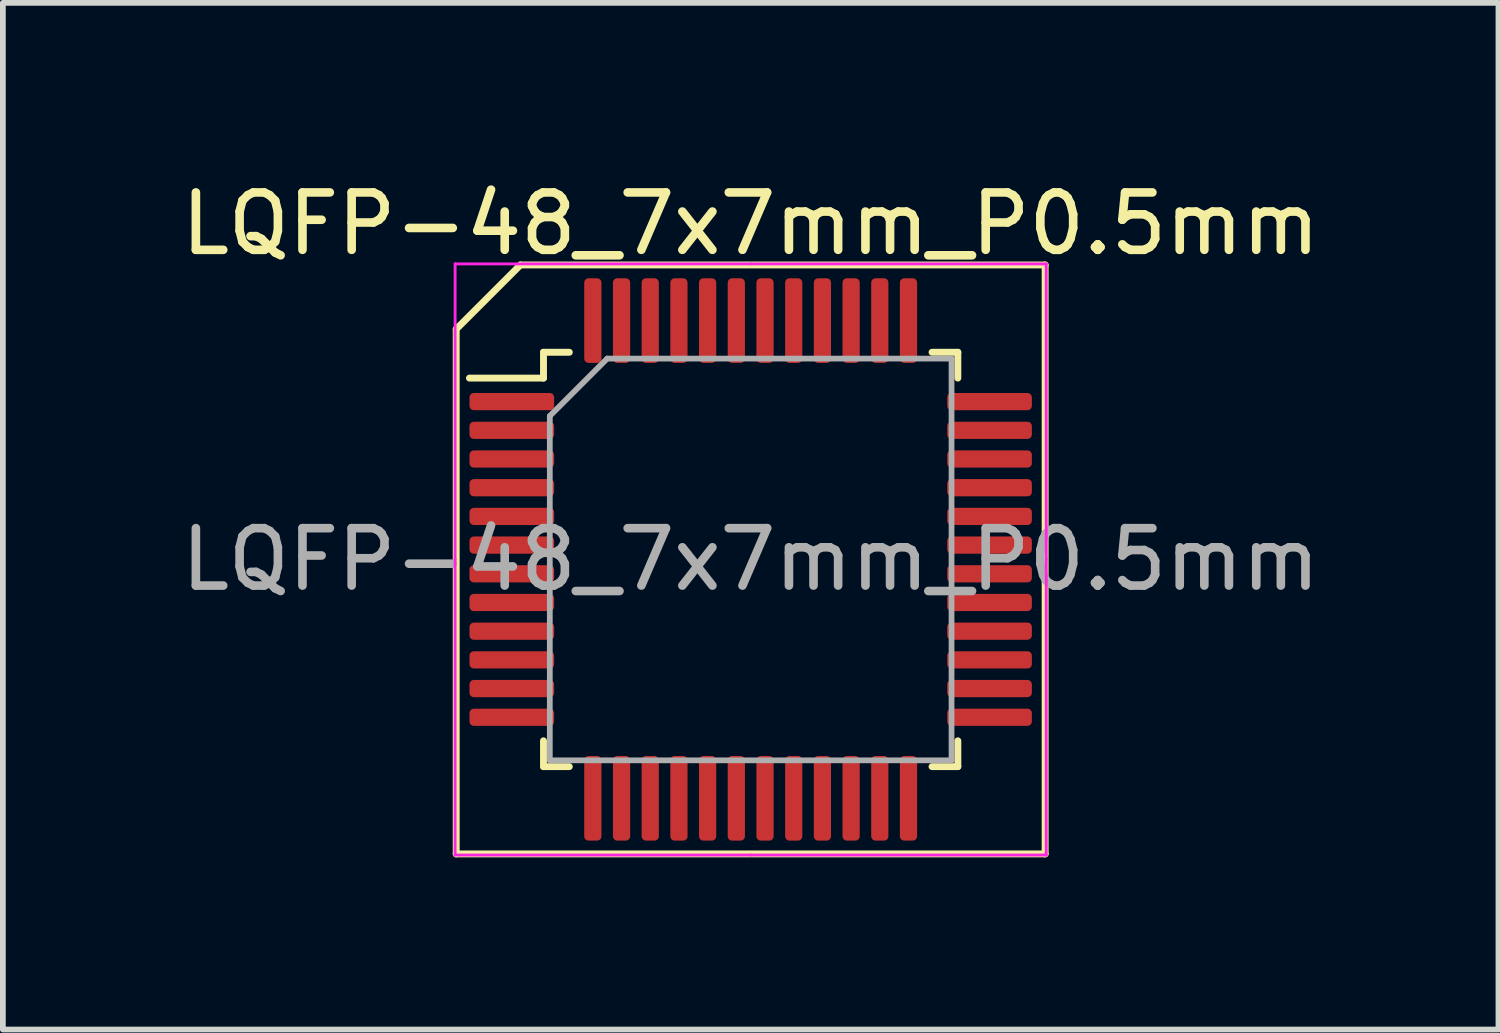
<source format=kicad_pcb>
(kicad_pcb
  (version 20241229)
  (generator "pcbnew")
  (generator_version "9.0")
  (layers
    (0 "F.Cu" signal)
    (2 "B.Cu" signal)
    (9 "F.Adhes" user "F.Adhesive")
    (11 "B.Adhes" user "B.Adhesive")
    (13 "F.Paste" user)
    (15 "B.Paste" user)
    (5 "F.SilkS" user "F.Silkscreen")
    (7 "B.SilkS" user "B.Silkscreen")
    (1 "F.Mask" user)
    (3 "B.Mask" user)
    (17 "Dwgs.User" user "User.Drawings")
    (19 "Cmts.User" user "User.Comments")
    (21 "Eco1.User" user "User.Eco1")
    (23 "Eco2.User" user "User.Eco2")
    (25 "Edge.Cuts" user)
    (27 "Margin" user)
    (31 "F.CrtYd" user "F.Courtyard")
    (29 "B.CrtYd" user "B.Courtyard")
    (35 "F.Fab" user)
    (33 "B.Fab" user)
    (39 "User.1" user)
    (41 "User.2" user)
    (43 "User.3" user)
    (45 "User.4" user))
  (footprint "LQFP-48_7x7mm_P0.5mm"
    (layer "F.Cu")
    (at 10.03 6.698)
    (property "Reference" "LQFP-48_7x7mm_P0.5mm" (at 0 -5.85 0) (layer "F.SilkS") (effects (font (size 1 1) (thickness 0.15))))
    (attr smd)
    (fp_line (start -5.131 -4.013) (end -4.013 -5.131) (stroke (width 0.12) (type solid)) (layer "F.SilkS"))
    (fp_line (start -5.131 5.131) (end -5.131 -4.013) (stroke (width 0.12) (type solid)) (layer "F.SilkS"))
    (fp_line (start -4.013 -5.131) (end 5.131 -5.131) (stroke (width 0.12) (type solid)) (layer "F.SilkS"))
    (fp_line (start -3.61 -3.61) (end -3.61 -3.16) (stroke (width 0.12) (type solid)) (layer "F.SilkS"))
    (fp_line (start -3.61 -3.16) (end -4.9 -3.16) (stroke (width 0.12) (type solid)) (layer "F.SilkS"))
    (fp_line (start -3.61 3.61) (end -3.61 3.16) (stroke (width 0.12) (type solid)) (layer "F.SilkS"))
    (fp_line (start -3.16 -3.61) (end -3.61 -3.61) (stroke (width 0.12) (type solid)) (layer "F.SilkS"))
    (fp_line (start -3.16 3.61) (end -3.61 3.61) (stroke (width 0.12) (type solid)) (layer "F.SilkS"))
    (fp_line (start 3.16 -3.61) (end 3.61 -3.61) (stroke (width 0.12) (type solid)) (layer "F.SilkS"))
    (fp_line (start 3.16 3.61) (end 3.61 3.61) (stroke (width 0.12) (type solid)) (layer "F.SilkS"))
    (fp_line (start 3.61 -3.61) (end 3.61 -3.16) (stroke (width 0.12) (type solid)) (layer "F.SilkS"))
    (fp_line (start 3.61 3.61) (end 3.61 3.16) (stroke (width 0.12) (type solid)) (layer "F.SilkS"))
    (fp_line (start 5.131 -5.131) (end 5.131 5.131) (stroke (width 0.12) (type solid)) (layer "F.SilkS"))
    (fp_line (start 5.131 5.131) (end -5.131 5.131) (stroke (width 0.12) (type solid)) (layer "F.SilkS"))
    (fp_line (start -5.15 -5.15) (end -5.15 0) (stroke (width 0.05) (type solid)) (layer "F.CrtYd"))
    (fp_line (start -5.15 5.15) (end -5.15 0) (stroke (width 0.05) (type solid)) (layer "F.CrtYd"))
    (fp_line (start 0 -5.15) (end -5.15 -5.15) (stroke (width 0.05) (type solid)) (layer "F.CrtYd"))
    (fp_line (start 0 -5.15) (end 5.15 -5.15) (stroke (width 0.05) (type solid)) (layer "F.CrtYd"))
    (fp_line (start 0 5.15) (end -5.15 5.15) (stroke (width 0.05) (type solid)) (layer "F.CrtYd"))
    (fp_line (start 0 5.15) (end 5.15 5.15) (stroke (width 0.05) (type solid)) (layer "F.CrtYd"))
    (fp_line (start 5.15 -5.15) (end 5.15 0) (stroke (width 0.05) (type solid)) (layer "F.CrtYd"))
    (fp_line (start 5.15 5.15) (end 5.15 0) (stroke (width 0.05) (type solid)) (layer "F.CrtYd"))
    (fp_line (start -3.5 -2.5) (end -2.5 -3.5) (stroke (width 0.1) (type solid)) (layer "F.Fab"))
    (fp_line (start -3.5 3.5) (end -3.5 -2.5) (stroke (width 0.1) (type solid)) (layer "F.Fab"))
    (fp_line (start -2.5 -3.5) (end 3.5 -3.5) (stroke (width 0.1) (type solid)) (layer "F.Fab"))
    (fp_line (start 3.5 -3.5) (end 3.5 3.5) (stroke (width 0.1) (type solid)) (layer "F.Fab"))
    (fp_line (start 3.5 3.5) (end -3.5 3.5) (stroke (width 0.1) (type solid)) (layer "F.Fab"))
    (fp_text user "${REFERENCE}" (at 0 0 0) (layer "F.Fab") (effects (font (size 1 1) (thickness 0.15))))
    (pad "1" smd roundrect (at -4.162 -2.75) (size 1.475 0.3) (layers "F.Cu" "F.Mask" "F.Paste") (roundrect_rratio 0.25))
    (pad "2" smd roundrect (at -4.162 -2.25) (size 1.475 0.3) (layers "F.Cu" "F.Mask" "F.Paste") (roundrect_rratio 0.25))
    (pad "3" smd roundrect (at -4.162 -1.75) (size 1.475 0.3) (layers "F.Cu" "F.Mask" "F.Paste") (roundrect_rratio 0.25))
    (pad "4" smd roundrect (at -4.162 -1.25) (size 1.475 0.3) (layers "F.Cu" "F.Mask" "F.Paste") (roundrect_rratio 0.25))
    (pad "5" smd roundrect (at -4.162 -0.75) (size 1.475 0.3) (layers "F.Cu" "F.Mask" "F.Paste") (roundrect_rratio 0.25))
    (pad "6" smd roundrect (at -4.162 -0.25) (size 1.475 0.3) (layers "F.Cu" "F.Mask" "F.Paste") (roundrect_rratio 0.25))
    (pad "7" smd roundrect (at -4.162 0.25) (size 1.475 0.3) (layers "F.Cu" "F.Mask" "F.Paste") (roundrect_rratio 0.25))
    (pad "8" smd roundrect (at -4.162 0.75) (size 1.475 0.3) (layers "F.Cu" "F.Mask" "F.Paste") (roundrect_rratio 0.25))
    (pad "9" smd roundrect (at -4.162 1.25) (size 1.475 0.3) (layers "F.Cu" "F.Mask" "F.Paste") (roundrect_rratio 0.25))
    (pad "10" smd roundrect (at -4.162 1.75) (size 1.475 0.3) (layers "F.Cu" "F.Mask" "F.Paste") (roundrect_rratio 0.25))
    (pad "11" smd roundrect (at -4.162 2.25) (size 1.475 0.3) (layers "F.Cu" "F.Mask" "F.Paste") (roundrect_rratio 0.25))
    (pad "12" smd roundrect (at -4.162 2.75) (size 1.475 0.3) (layers "F.Cu" "F.Mask" "F.Paste") (roundrect_rratio 0.25))
    (pad "13" smd roundrect (at -2.75 4.162) (size 0.3 1.475) (layers "F.Cu" "F.Mask" "F.Paste") (roundrect_rratio 0.25))
    (pad "14" smd roundrect (at -2.25 4.162) (size 0.3 1.475) (layers "F.Cu" "F.Mask" "F.Paste") (roundrect_rratio 0.25))
    (pad "15" smd roundrect (at -1.75 4.162) (size 0.3 1.475) (layers "F.Cu" "F.Mask" "F.Paste") (roundrect_rratio 0.25))
    (pad "16" smd roundrect (at -1.25 4.162) (size 0.3 1.475) (layers "F.Cu" "F.Mask" "F.Paste") (roundrect_rratio 0.25))
    (pad "17" smd roundrect (at -0.75 4.162) (size 0.3 1.475) (layers "F.Cu" "F.Mask" "F.Paste") (roundrect_rratio 0.25))
    (pad "18" smd roundrect (at -0.25 4.162) (size 0.3 1.475) (layers "F.Cu" "F.Mask" "F.Paste") (roundrect_rratio 0.25))
    (pad "19" smd roundrect (at 0.25 4.162) (size 0.3 1.475) (layers "F.Cu" "F.Mask" "F.Paste") (roundrect_rratio 0.25))
    (pad "20" smd roundrect (at 0.75 4.162) (size 0.3 1.475) (layers "F.Cu" "F.Mask" "F.Paste") (roundrect_rratio 0.25))
    (pad "21" smd roundrect (at 1.25 4.162) (size 0.3 1.475) (layers "F.Cu" "F.Mask" "F.Paste") (roundrect_rratio 0.25))
    (pad "22" smd roundrect (at 1.75 4.162) (size 0.3 1.475) (layers "F.Cu" "F.Mask" "F.Paste") (roundrect_rratio 0.25))
    (pad "23" smd roundrect (at 2.25 4.162) (size 0.3 1.475) (layers "F.Cu" "F.Mask" "F.Paste") (roundrect_rratio 0.25))
    (pad "24" smd roundrect (at 2.75 4.162) (size 0.3 1.475) (layers "F.Cu" "F.Mask" "F.Paste") (roundrect_rratio 0.25))
    (pad "25" smd roundrect (at 4.162 2.75) (size 1.475 0.3) (layers "F.Cu" "F.Mask" "F.Paste") (roundrect_rratio 0.25))
    (pad "26" smd roundrect (at 4.162 2.25) (size 1.475 0.3) (layers "F.Cu" "F.Mask" "F.Paste") (roundrect_rratio 0.25))
    (pad "27" smd roundrect (at 4.162 1.75) (size 1.475 0.3) (layers "F.Cu" "F.Mask" "F.Paste") (roundrect_rratio 0.25))
    (pad "28" smd roundrect (at 4.162 1.25) (size 1.475 0.3) (layers "F.Cu" "F.Mask" "F.Paste") (roundrect_rratio 0.25))
    (pad "29" smd roundrect (at 4.162 0.75) (size 1.475 0.3) (layers "F.Cu" "F.Mask" "F.Paste") (roundrect_rratio 0.25))
    (pad "30" smd roundrect (at 4.162 0.25) (size 1.475 0.3) (layers "F.Cu" "F.Mask" "F.Paste") (roundrect_rratio 0.25))
    (pad "31" smd roundrect (at 4.162 -0.25) (size 1.475 0.3) (layers "F.Cu" "F.Mask" "F.Paste") (roundrect_rratio 0.25))
    (pad "32" smd roundrect (at 4.162 -0.75) (size 1.475 0.3) (layers "F.Cu" "F.Mask" "F.Paste") (roundrect_rratio 0.25))
    (pad "33" smd roundrect (at 4.162 -1.25) (size 1.475 0.3) (layers "F.Cu" "F.Mask" "F.Paste") (roundrect_rratio 0.25))
    (pad "34" smd roundrect (at 4.162 -1.75) (size 1.475 0.3) (layers "F.Cu" "F.Mask" "F.Paste") (roundrect_rratio 0.25))
    (pad "35" smd roundrect (at 4.162 -2.25) (size 1.475 0.3) (layers "F.Cu" "F.Mask" "F.Paste") (roundrect_rratio 0.25))
    (pad "36" smd roundrect (at 4.162 -2.75) (size 1.475 0.3) (layers "F.Cu" "F.Mask" "F.Paste") (roundrect_rratio 0.25))
    (pad "37" smd roundrect (at 2.75 -4.162) (size 0.3 1.475) (layers "F.Cu" "F.Mask" "F.Paste") (roundrect_rratio 0.25))
    (pad "38" smd roundrect (at 2.25 -4.162) (size 0.3 1.475) (layers "F.Cu" "F.Mask" "F.Paste") (roundrect_rratio 0.25))
    (pad "39" smd roundrect (at 1.75 -4.162) (size 0.3 1.475) (layers "F.Cu" "F.Mask" "F.Paste") (roundrect_rratio 0.25))
    (pad "40" smd roundrect (at 1.25 -4.162) (size 0.3 1.475) (layers "F.Cu" "F.Mask" "F.Paste") (roundrect_rratio 0.25))
    (pad "41" smd roundrect (at 0.75 -4.162) (size 0.3 1.475) (layers "F.Cu" "F.Mask" "F.Paste") (roundrect_rratio 0.25))
    (pad "42" smd roundrect (at 0.25 -4.162) (size 0.3 1.475) (layers "F.Cu" "F.Mask" "F.Paste") (roundrect_rratio 0.25))
    (pad "43" smd roundrect (at -0.25 -4.162) (size 0.3 1.475) (layers "F.Cu" "F.Mask" "F.Paste") (roundrect_rratio 0.25))
    (pad "44" smd roundrect (at -0.75 -4.162) (size 0.3 1.475) (layers "F.Cu" "F.Mask" "F.Paste") (roundrect_rratio 0.25))
    (pad "45" smd roundrect (at -1.25 -4.162) (size 0.3 1.475) (layers "F.Cu" "F.Mask" "F.Paste") (roundrect_rratio 0.25))
    (pad "46" smd roundrect (at -1.75 -4.162) (size 0.3 1.475) (layers "F.Cu" "F.Mask" "F.Paste") (roundrect_rratio 0.25))
    (pad "47" smd roundrect (at -2.25 -4.162) (size 0.3 1.475) (layers "F.Cu" "F.Mask" "F.Paste") (roundrect_rratio 0.25))
    (pad "48" smd roundrect (at -2.75 -4.162) (size 0.3 1.475) (layers "F.Cu" "F.Mask" "F.Paste") (roundrect_rratio 0.25)))
  (gr_rect
    (start -3 -3)
    (end 23.06 14.889)
    (stroke (width 0.1) (type default))
    (fill no)
    (layer "Edge.Cuts")))
</source>
